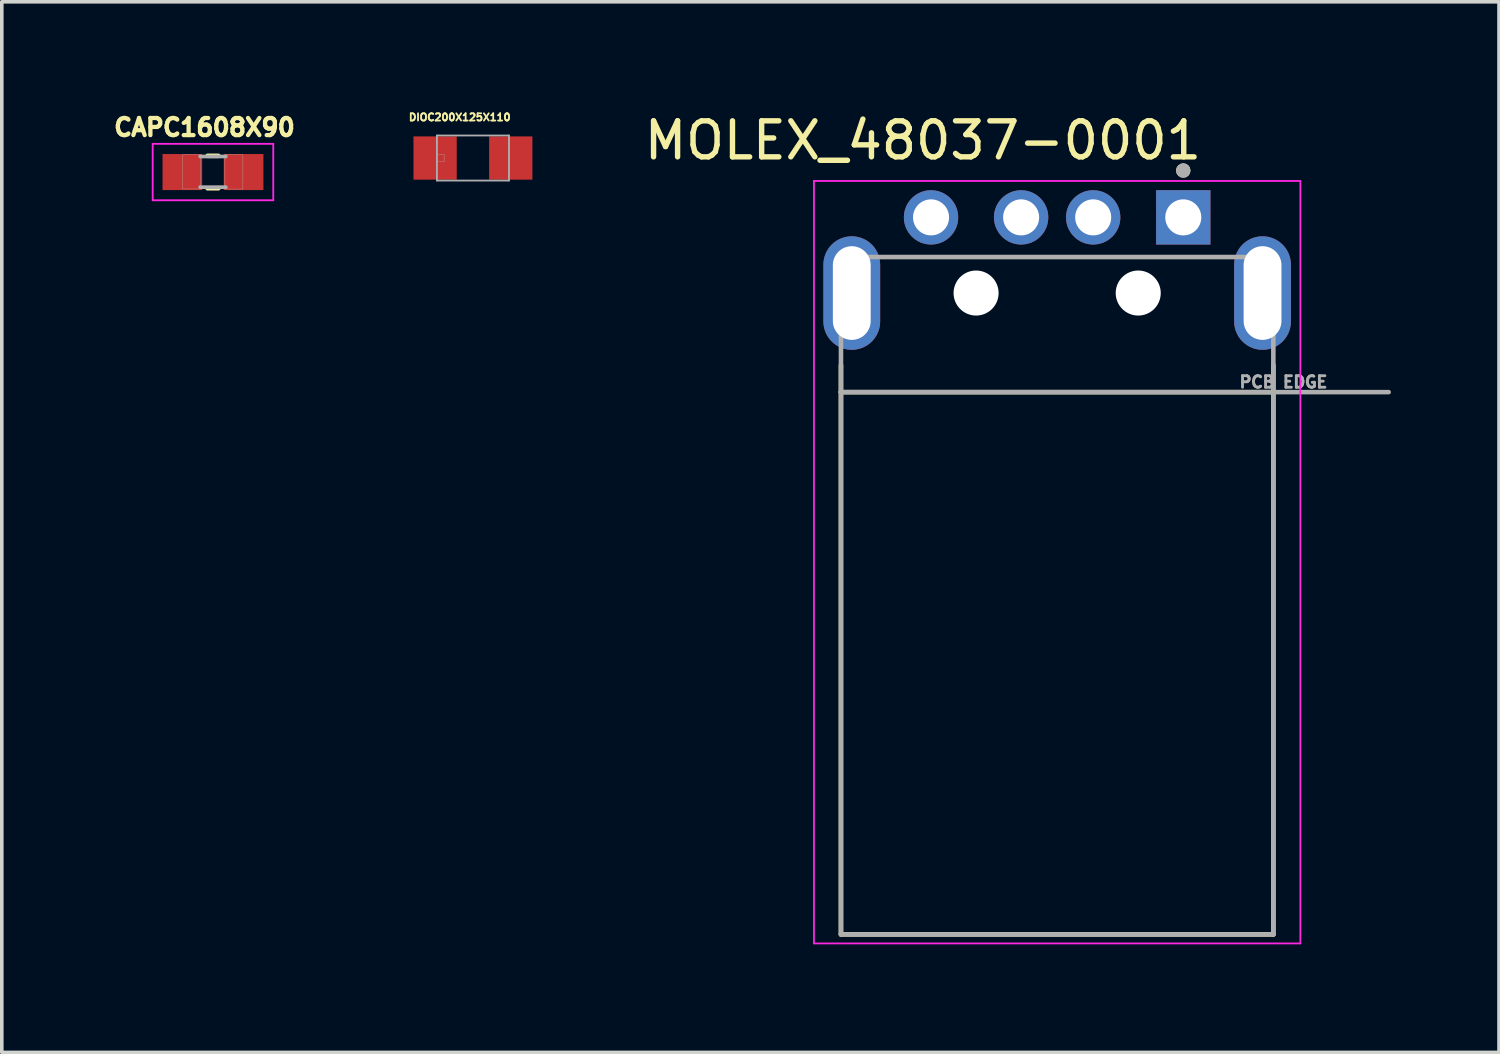
<source format=kicad_pcb>
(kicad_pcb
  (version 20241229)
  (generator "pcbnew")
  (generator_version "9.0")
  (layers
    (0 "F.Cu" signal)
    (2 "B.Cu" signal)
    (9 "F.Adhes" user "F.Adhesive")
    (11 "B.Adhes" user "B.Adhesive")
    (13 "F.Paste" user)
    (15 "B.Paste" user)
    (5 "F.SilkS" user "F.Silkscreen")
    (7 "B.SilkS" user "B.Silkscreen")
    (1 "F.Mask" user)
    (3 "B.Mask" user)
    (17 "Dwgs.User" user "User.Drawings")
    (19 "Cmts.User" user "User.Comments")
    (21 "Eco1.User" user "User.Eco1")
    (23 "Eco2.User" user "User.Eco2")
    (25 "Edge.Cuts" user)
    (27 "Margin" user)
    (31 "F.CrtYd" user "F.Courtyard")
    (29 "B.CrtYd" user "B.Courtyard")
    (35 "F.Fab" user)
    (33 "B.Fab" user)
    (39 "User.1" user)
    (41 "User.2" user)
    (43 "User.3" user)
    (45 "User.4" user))
  (footprint "MOLEX_48037-0001"
    (layer "F.Cu")
    (at 26.29 5.083)
    (property "Reference" "MOLEX_48037-0001" (at -3.725 -4.235 0) (layer "F.SilkS") (effects (font (size 1 1) (thickness 0.15))))
    (attr through_hole)
    (fp_line (start -6 2) (end -6 2.75) (stroke (width 0.127) (type solid)) (layer "F.SilkS"))
    (fp_line (start -6 2.75) (end -6 17.8) (stroke (width 0.127) (type solid)) (layer "F.SilkS"))
    (fp_line (start -6 2.75) (end 6 2.75) (stroke (width 0.127) (type solid)) (layer "F.SilkS"))
    (fp_line (start -6 17.8) (end 6 17.8) (stroke (width 0.127) (type solid)) (layer "F.SilkS"))
    (fp_line (start 6 2.75) (end 6 2) (stroke (width 0.127) (type solid)) (layer "F.SilkS"))
    (fp_line (start 6 17.8) (end 6 2.75) (stroke (width 0.127) (type solid)) (layer "F.SilkS"))
    (fp_circle (center 3.5 -3.4) (end 3.6 -3.4) (stroke (width 0.2) (type solid)) (fill no) (layer "F.SilkS"))
    (fp_line (start -6.75 -3.11) (end -6.75 18.05) (stroke (width 0.05) (type solid)) (layer "F.CrtYd"))
    (fp_line (start -6.75 18.05) (end 6.75 18.05) (stroke (width 0.05) (type solid)) (layer "F.CrtYd"))
    (fp_line (start 6.75 -3.11) (end -6.75 -3.11) (stroke (width 0.05) (type solid)) (layer "F.CrtYd"))
    (fp_line (start 6.75 18.05) (end 6.75 -3.11) (stroke (width 0.05) (type solid)) (layer "F.CrtYd"))
    (fp_line (start -6 -1) (end -6 2.75) (stroke (width 0.127) (type solid)) (layer "F.Fab"))
    (fp_line (start -6 2.75) (end -6 17.8) (stroke (width 0.127) (type solid)) (layer "F.Fab"))
    (fp_line (start -6 2.75) (end 6 2.75) (stroke (width 0.127) (type solid)) (layer "F.Fab"))
    (fp_line (start -6 17.8) (end 6 17.8) (stroke (width 0.127) (type solid)) (layer "F.Fab"))
    (fp_line (start 6 -1) (end -6 -1) (stroke (width 0.127) (type solid)) (layer "F.Fab"))
    (fp_line (start 6 2.75) (end 6 -1) (stroke (width 0.127) (type solid)) (layer "F.Fab"))
    (fp_line (start 6 2.75) (end 9.2 2.75) (stroke (width 0.127) (type solid)) (layer "F.Fab"))
    (fp_line (start 6 17.8) (end 6 2.75) (stroke (width 0.127) (type solid)) (layer "F.Fab"))
    (fp_circle (center 3.5 -3.4) (end 3.6 -3.4) (stroke (width 0.2) (type solid)) (fill no) (layer "F.Fab"))
    (fp_text user "PCB EDGE" (at 6.28 2.47 0) (layer "F.Fab") (effects (font (size 0.32 0.32) (thickness 0.15))))
    (pad "" np_thru_hole circle (at -2.25 0) (size 1.25 1.25) (drill 1.25) (layers "*.Cu" "*.Mask"))
    (pad "" np_thru_hole circle (at 2.25 0) (size 1.25 1.25) (drill 1.25) (layers "*.Cu" "*.Mask"))
    (pad "1" thru_hole rect (at 3.5 -2.1) (size 1.508 1.508) (drill 1) (layers "*.Cu" "*.Mask"))
    (pad "2" thru_hole circle (at 1 -2.1) (size 1.508 1.508) (drill 1) (layers "*.Cu" "*.Mask"))
    (pad "3" thru_hole circle (at -1 -2.1) (size 1.508 1.508) (drill 1) (layers "*.Cu" "*.Mask"))
    (pad "4" thru_hole circle (at -3.5 -2.1) (size 1.508 1.508) (drill 1) (layers "*.Cu" "*.Mask"))
    (pad "S1" thru_hole oval (at 5.7 0) (size 1.575 3.15) (drill oval 1.05 2.6) (layers "*.Cu" "*.Mask"))
    (pad "S2" thru_hole oval (at -5.7 0) (size 1.575 3.15) (drill oval 1.05 2.6) (layers "*.Cu" "*.Mask")))
  (footprint "CAPC1608X90"
    (layer "F.Cu")
    (at 2.861 1.725)
    (property "Reference" "CAPC1608X90" (at -0.236 -1.239 0) (layer "F.SilkS") (effects (font (size 0.474 0.474) (thickness 0.15))))
    (attr through_hole)
    (fp_line (start -0.15 -0.45) (end 0.15 -0.45) (stroke (width 0.127) (type solid)) (layer "F.SilkS"))
    (fp_line (start -0.15 0.45) (end 0.15 0.45) (stroke (width 0.127) (type solid)) (layer "F.SilkS"))
    (fp_line (start -1.673 -0.783) (end 1.673 -0.783) (stroke (width 0.051) (type solid)) (layer "F.CrtYd"))
    (fp_line (start -1.673 0.783) (end -1.673 -0.783) (stroke (width 0.051) (type solid)) (layer "F.CrtYd"))
    (fp_line (start 1.673 -0.783) (end 1.673 0.783) (stroke (width 0.051) (type solid)) (layer "F.CrtYd"))
    (fp_line (start 1.673 0.783) (end -1.673 0.783) (stroke (width 0.051) (type solid)) (layer "F.CrtYd"))
    (fp_line (start -0.356 -0.432) (end 0.356 -0.432) (stroke (width 0.102) (type solid)) (layer "F.Fab"))
    (fp_line (start -0.356 0.419) (end 0.356 0.419) (stroke (width 0.102) (type solid)) (layer "F.Fab"))
    (fp_poly (pts (xy -0.839 -0.48) (xy -0.338 -0.48) (xy -0.338 0.47) (xy -0.839 0.47)) (stroke (width 0.01) (type solid)) (fill no) (layer "F.Fab"))
    (fp_poly (pts (xy 0.331 -0.48) (xy 0.83 -0.48) (xy 0.83 0.471) (xy 0.331 0.471)) (stroke (width 0.01) (type solid)) (fill no) (layer "F.Fab"))
    (pad "1" smd rect (at -0.85 0) (size 1.1 1) (layers "F.Cu" "F.Mask" "F.Paste"))
    (pad "2" smd rect (at 0.85 0) (size 1.1 1) (layers "F.Cu" "F.Mask" "F.Paste")))
  (footprint "DIOC200X125X110"
    (layer "F.Cu")
    (at 10.076 1.336)
    (property "Reference" "DIOC200X125X110" (at -0.366 -1.131 0) (layer "F.SilkS") (effects (font (size 0.201 0.201) (thickness 0.15))))
    (attr through_hole)
    (fp_line (start -1 -0.625) (end -1 0.625) (stroke (width 0.05) (type solid)) (layer "F.Fab"))
    (fp_line (start -1 0.625) (end 1 0.625) (stroke (width 0.05) (type solid)) (layer "F.Fab"))
    (fp_line (start 1 -0.625) (end -1 -0.625) (stroke (width 0.05) (type solid)) (layer "F.Fab"))
    (fp_line (start 1 0.625) (end 1 -0.625) (stroke (width 0.05) (type solid)) (layer "F.Fab"))
    (fp_poly (pts (xy -1.003 -0.1) (xy -0.8 -0.1) (xy -0.8 0.1) (xy -1.003 0.1)) (stroke (width 0.01) (type solid)) (fill no) (layer "F.Fab"))
    (pad "+" smd rect (at 1.05 0) (size 1.2 1.2) (layers "F.Cu" "F.Mask" "F.Paste"))
    (pad "-" smd rect (at -1.05 0) (size 1.2 1.2) (layers "F.Cu" "F.Mask" "F.Paste")))
  (gr_rect
    (start -3 -3)
    (end 38.553 26.158)
    (stroke (width 0.1) (type default))
    (fill no)
    (layer "Edge.Cuts")))
</source>
